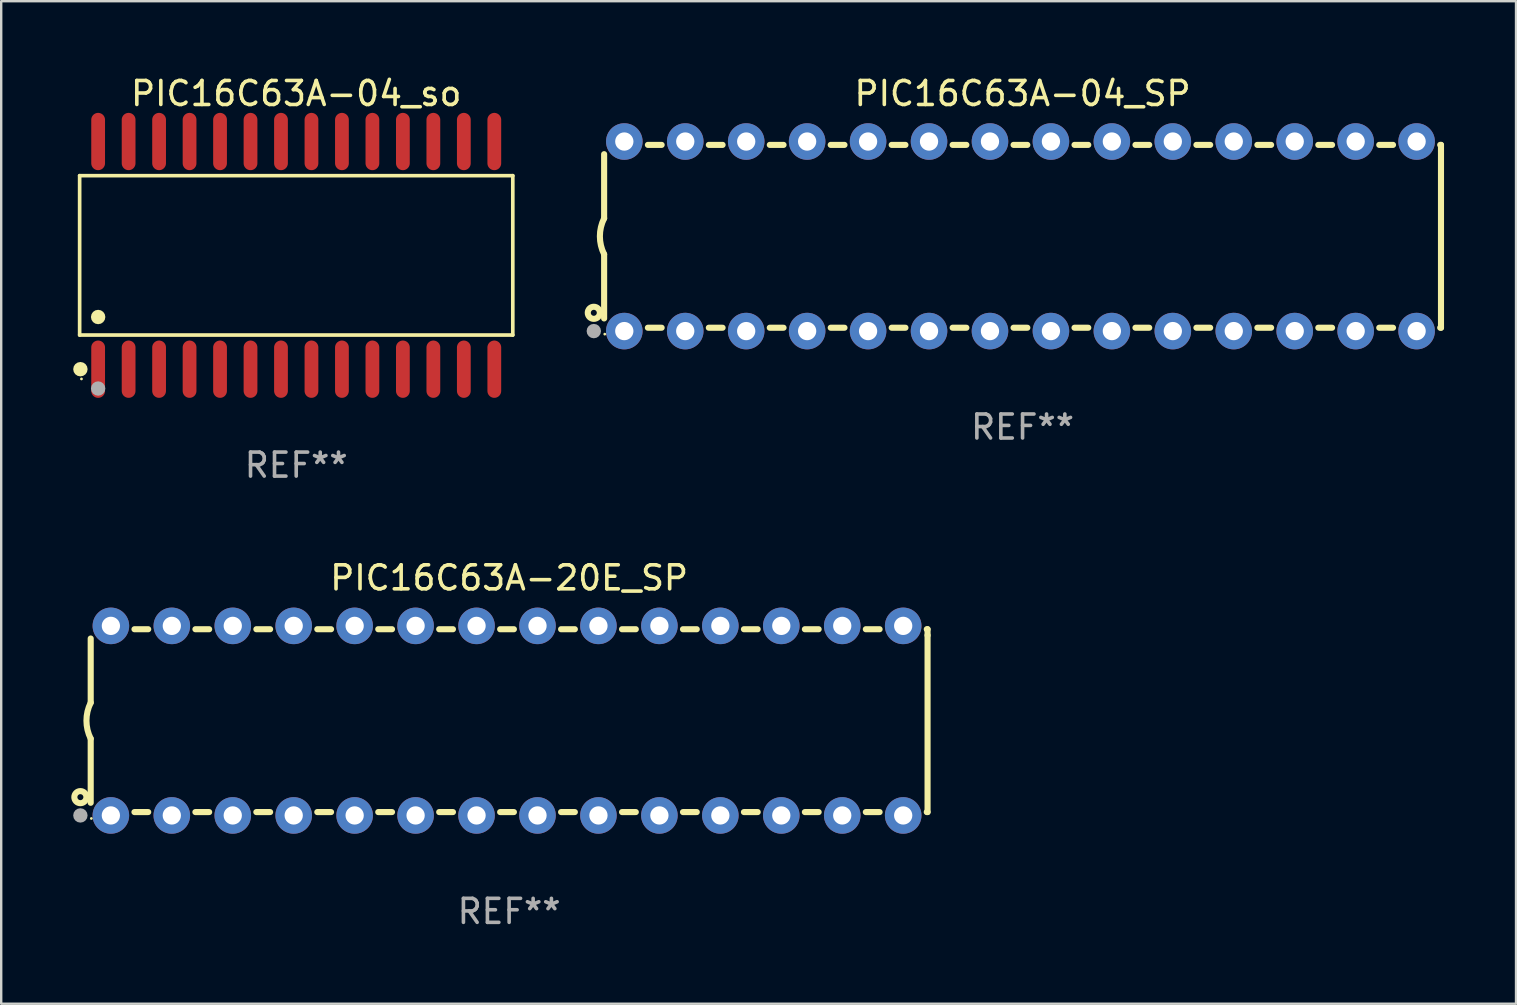
<source format=kicad_pcb>
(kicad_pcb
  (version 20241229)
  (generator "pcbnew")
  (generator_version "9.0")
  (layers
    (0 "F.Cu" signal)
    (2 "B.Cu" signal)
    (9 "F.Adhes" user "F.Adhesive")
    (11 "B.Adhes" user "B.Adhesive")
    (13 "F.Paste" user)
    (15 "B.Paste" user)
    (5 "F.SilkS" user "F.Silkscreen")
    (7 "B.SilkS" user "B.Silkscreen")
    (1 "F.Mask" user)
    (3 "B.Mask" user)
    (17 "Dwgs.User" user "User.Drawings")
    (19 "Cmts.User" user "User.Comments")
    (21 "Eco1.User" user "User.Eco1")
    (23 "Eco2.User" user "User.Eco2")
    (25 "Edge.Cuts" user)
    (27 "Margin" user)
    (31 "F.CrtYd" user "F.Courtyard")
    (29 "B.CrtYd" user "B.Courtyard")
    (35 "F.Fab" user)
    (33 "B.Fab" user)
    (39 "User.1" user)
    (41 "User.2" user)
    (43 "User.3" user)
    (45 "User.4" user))
  (footprint "PIC16C63A-04_so"
    (layer "F.Cu")
    (at 9.295 7.592)
    (property "Reference" "PIC16C63A-04_so" (at 0 -6.744 0) (layer "F.SilkS") (effects (font (size 1 1) (thickness 0.15))))
    (attr through_hole)
    (fp_line (start -9.026 -3.321) (end 9.026 -3.321) (stroke (width 0.152) (type solid)) (layer "F.SilkS"))
    (fp_line (start -9.026 3.321) (end -9.026 -3.321) (stroke (width 0.152) (type solid)) (layer "F.SilkS"))
    (fp_line (start 9.026 -3.321) (end 9.026 3.321) (stroke (width 0.152) (type solid)) (layer "F.SilkS"))
    (fp_line (start 9.026 3.321) (end -9.026 3.321) (stroke (width 0.152) (type solid)) (layer "F.SilkS"))
    (fp_circle (center -8.994 4.744) (end -8.844 4.744) (stroke (width 0.3) (type solid)) (fill no) (layer "F.SilkS"))
    (fp_circle (center -8.95 5.15) (end -8.92 5.15) (stroke (width 0.06) (type solid)) (fill no) (layer "F.SilkS"))
    (fp_circle (center -8.255 2.569) (end -8.105 2.569) (stroke (width 0.3) (type solid)) (fill no) (layer "F.SilkS"))
    (fp_circle (center -8.255 5.55) (end -8.105 5.55) (stroke (width 0.3) (type solid)) (fill no) (layer "F.Fab"))
    (fp_text user "REF**" (at 0 8.744 0) (layer "F.Fab") (effects (font (size 1 1) (thickness 0.15))))
    (pad "1" smd oval (at -8.255 4.744) (size 0.574 2.388) (layers "F.Cu" "F.Mask" "F.Paste"))
    (pad "2" smd oval (at -6.985 4.744) (size 0.574 2.388) (layers "F.Cu" "F.Mask" "F.Paste"))
    (pad "3" smd oval (at -5.715 4.744) (size 0.574 2.388) (layers "F.Cu" "F.Mask" "F.Paste"))
    (pad "4" smd oval (at -4.445 4.744) (size 0.574 2.388) (layers "F.Cu" "F.Mask" "F.Paste"))
    (pad "5" smd oval (at -3.175 4.744) (size 0.574 2.388) (layers "F.Cu" "F.Mask" "F.Paste"))
    (pad "6" smd oval (at -1.905 4.744) (size 0.574 2.388) (layers "F.Cu" "F.Mask" "F.Paste"))
    (pad "7" smd oval (at -0.635 4.744) (size 0.574 2.388) (layers "F.Cu" "F.Mask" "F.Paste"))
    (pad "8" smd oval (at 0.635 4.744) (size 0.574 2.388) (layers "F.Cu" "F.Mask" "F.Paste"))
    (pad "9" smd oval (at 1.905 4.744) (size 0.574 2.388) (layers "F.Cu" "F.Mask" "F.Paste"))
    (pad "10" smd oval (at 3.175 4.744) (size 0.574 2.388) (layers "F.Cu" "F.Mask" "F.Paste"))
    (pad "11" smd oval (at 4.445 4.744) (size 0.574 2.388) (layers "F.Cu" "F.Mask" "F.Paste"))
    (pad "12" smd oval (at 5.715 4.744) (size 0.574 2.388) (layers "F.Cu" "F.Mask" "F.Paste"))
    (pad "13" smd oval (at 6.985 4.744) (size 0.574 2.388) (layers "F.Cu" "F.Mask" "F.Paste"))
    (pad "14" smd oval (at 8.255 4.744) (size 0.574 2.388) (layers "F.Cu" "F.Mask" "F.Paste"))
    (pad "15" smd oval (at 8.255 -4.744) (size 0.574 2.388) (layers "F.Cu" "F.Mask" "F.Paste"))
    (pad "16" smd oval (at 6.985 -4.744) (size 0.574 2.388) (layers "F.Cu" "F.Mask" "F.Paste"))
    (pad "17" smd oval (at 5.715 -4.744) (size 0.574 2.388) (layers "F.Cu" "F.Mask" "F.Paste"))
    (pad "18" smd oval (at 4.445 -4.744) (size 0.574 2.388) (layers "F.Cu" "F.Mask" "F.Paste"))
    (pad "19" smd oval (at 3.175 -4.744) (size 0.574 2.388) (layers "F.Cu" "F.Mask" "F.Paste"))
    (pad "20" smd oval (at 1.905 -4.744) (size 0.574 2.388) (layers "F.Cu" "F.Mask" "F.Paste"))
    (pad "21" smd oval (at 0.635 -4.744) (size 0.574 2.388) (layers "F.Cu" "F.Mask" "F.Paste"))
    (pad "22" smd oval (at -0.635 -4.744) (size 0.574 2.388) (layers "F.Cu" "F.Mask" "F.Paste"))
    (pad "23" smd oval (at -1.905 -4.744) (size 0.574 2.388) (layers "F.Cu" "F.Mask" "F.Paste"))
    (pad "24" smd oval (at -3.175 -4.744) (size 0.574 2.388) (layers "F.Cu" "F.Mask" "F.Paste"))
    (pad "25" smd oval (at -4.445 -4.744) (size 0.574 2.388) (layers "F.Cu" "F.Mask" "F.Paste"))
    (pad "26" smd oval (at -5.715 -4.744) (size 0.574 2.388) (layers "F.Cu" "F.Mask" "F.Paste"))
    (pad "27" smd oval (at -6.985 -4.744) (size 0.574 2.388) (layers "F.Cu" "F.Mask" "F.Paste"))
    (pad "28" smd oval (at -8.255 -4.744) (size 0.574 2.388) (layers "F.Cu" "F.Mask" "F.Paste")))
  (footprint "PIC16C63A-04_SP"
    (layer "F.Cu")
    (at 39.565 6.798)
    (property "Reference" "PIC16C63A-04_SP" (at 0 -5.95 0) (layer "F.SilkS") (effects (font (size 1 1) (thickness 0.15))))
    (attr through_hole)
    (fp_line (start -17.438 0.75) (end -17.438 3.423) (stroke (width 0.254) (type solid)) (layer "F.SilkS"))
    (fp_line (start -17.438 -3.423) (end -17.438 -0.75) (stroke (width 0.254) (type solid)) (layer "F.SilkS"))
    (fp_line (start -15.615 3.81) (end -15.041 3.81) (stroke (width 0.254) (type solid)) (layer "F.SilkS"))
    (fp_line (start -15.041 -3.81) (end -15.614 -3.81) (stroke (width 0.254) (type solid)) (layer "F.SilkS"))
    (fp_line (start -13.075 3.81) (end -12.501 3.81) (stroke (width 0.254) (type solid)) (layer "F.SilkS"))
    (fp_line (start -12.501 -3.81) (end -13.074 -3.81) (stroke (width 0.254) (type solid)) (layer "F.SilkS"))
    (fp_line (start -10.535 3.81) (end -9.961 3.81) (stroke (width 0.254) (type solid)) (layer "F.SilkS"))
    (fp_line (start -9.961 -3.81) (end -10.534 -3.81) (stroke (width 0.254) (type solid)) (layer "F.SilkS"))
    (fp_line (start -7.995 3.81) (end -7.421 3.81) (stroke (width 0.254) (type solid)) (layer "F.SilkS"))
    (fp_line (start -7.421 -3.81) (end -7.995 -3.81) (stroke (width 0.254) (type solid)) (layer "F.SilkS"))
    (fp_line (start -5.455 3.81) (end -4.881 3.81) (stroke (width 0.254) (type solid)) (layer "F.SilkS"))
    (fp_line (start -4.881 -3.81) (end -5.455 -3.81) (stroke (width 0.254) (type solid)) (layer "F.SilkS"))
    (fp_line (start -2.915 3.81) (end -2.341 3.81) (stroke (width 0.254) (type solid)) (layer "F.SilkS"))
    (fp_line (start -2.341 -3.81) (end -2.915 -3.81) (stroke (width 0.254) (type solid)) (layer "F.SilkS"))
    (fp_line (start -0.375 3.81) (end 0.199 3.81) (stroke (width 0.254) (type solid)) (layer "F.SilkS"))
    (fp_line (start 0.199 -3.81) (end -0.375 -3.81) (stroke (width 0.254) (type solid)) (layer "F.SilkS"))
    (fp_line (start 2.165 3.81) (end 2.739 3.81) (stroke (width 0.254) (type solid)) (layer "F.SilkS"))
    (fp_line (start 2.739 -3.81) (end 2.165 -3.81) (stroke (width 0.254) (type solid)) (layer "F.SilkS"))
    (fp_line (start 4.705 3.81) (end 5.279 3.81) (stroke (width 0.254) (type solid)) (layer "F.SilkS"))
    (fp_line (start 5.279 -3.81) (end 4.705 -3.81) (stroke (width 0.254) (type solid)) (layer "F.SilkS"))
    (fp_line (start 7.245 3.81) (end 7.819 3.81) (stroke (width 0.254) (type solid)) (layer "F.SilkS"))
    (fp_line (start 7.819 -3.81) (end 7.245 -3.81) (stroke (width 0.254) (type solid)) (layer "F.SilkS"))
    (fp_line (start 9.785 3.81) (end 10.359 3.81) (stroke (width 0.254) (type solid)) (layer "F.SilkS"))
    (fp_line (start 10.359 -3.81) (end 9.785 -3.81) (stroke (width 0.254) (type solid)) (layer "F.SilkS"))
    (fp_line (start 12.325 3.81) (end 12.899 3.81) (stroke (width 0.254) (type solid)) (layer "F.SilkS"))
    (fp_line (start 12.899 -3.81) (end 12.325 -3.81) (stroke (width 0.254) (type solid)) (layer "F.SilkS"))
    (fp_line (start 14.865 3.81) (end 15.439 3.81) (stroke (width 0.254) (type solid)) (layer "F.SilkS"))
    (fp_line (start 15.439 -3.81) (end 14.865 -3.81) (stroke (width 0.254) (type solid)) (layer "F.SilkS"))
    (fp_line (start 17.405 3.81) (end 17.438 3.81) (stroke (width 0.254) (type solid)) (layer "F.SilkS"))
    (fp_line (start 17.438 -3.81) (end 17.405 -3.81) (stroke (width 0.254) (type solid)) (layer "F.SilkS"))
    (fp_line (start 17.438 -3.556) (end 17.438 -3.81) (stroke (width 0.254) (type solid)) (layer "F.SilkS"))
    (fp_line (start 17.438 3.81) (end 17.438 -3.556) (stroke (width 0.254) (type solid)) (layer "F.SilkS"))
    (fp_arc (start -17.437986 0.749657) (mid -17.614887 -0.000024) (end -17.437783 -0.749657) (stroke (width 0.254001) (type solid)) (layer "F.SilkS"))
    (fp_circle (center -17.868 3.188) (end -17.743 3.188) (stroke (width 0.254) (type solid)) (fill no) (layer "F.SilkS"))
    (fp_circle (center -17.411 4.077) (end -17.381 4.077) (stroke (width 0.06) (type solid)) (fill no) (layer "F.SilkS"))
    (fp_circle (center -17.868 3.95) (end -17.718 3.95) (stroke (width 0.3) (type solid)) (fill no) (layer "F.Fab"))
    (fp_text user "REF**" (at 0 7.95 0) (layer "F.Fab") (effects (font (size 1 1) (thickness 0.15))))
    (pad "1" thru_hole circle (at -16.598 3.95) (size 1.524 1.524) (drill 0.762) (layers "*.Cu" "*.Mask"))
    (pad "2" thru_hole circle (at -14.058 3.95) (size 1.524 1.524) (drill 0.762) (layers "*.Cu" "*.Mask"))
    (pad "3" thru_hole circle (at -11.518 3.95) (size 1.524 1.524) (drill 0.762) (layers "*.Cu" "*.Mask"))
    (pad "4" thru_hole circle (at -8.978 3.95) (size 1.524 1.524) (drill 0.762) (layers "*.Cu" "*.Mask"))
    (pad "5" thru_hole circle (at -6.438 3.95) (size 1.524 1.524) (drill 0.762) (layers "*.Cu" "*.Mask"))
    (pad "6" thru_hole circle (at -3.898 3.95) (size 1.524 1.524) (drill 0.762) (layers "*.Cu" "*.Mask"))
    (pad "7" thru_hole circle (at -1.358 3.95) (size 1.524 1.524) (drill 0.762) (layers "*.Cu" "*.Mask"))
    (pad "8" thru_hole circle (at 1.182 3.95) (size 1.524 1.524) (drill 0.762) (layers "*.Cu" "*.Mask"))
    (pad "9" thru_hole circle (at 3.722 3.95) (size 1.524 1.524) (drill 0.762) (layers "*.Cu" "*.Mask"))
    (pad "10" thru_hole circle (at 6.262 3.95) (size 1.524 1.524) (drill 0.762) (layers "*.Cu" "*.Mask"))
    (pad "11" thru_hole circle (at 8.802 3.95) (size 1.524 1.524) (drill 0.762) (layers "*.Cu" "*.Mask"))
    (pad "12" thru_hole circle (at 11.342 3.95) (size 1.524 1.524) (drill 0.762) (layers "*.Cu" "*.Mask"))
    (pad "13" thru_hole circle (at 13.882 3.95) (size 1.524 1.524) (drill 0.762) (layers "*.Cu" "*.Mask"))
    (pad "14" thru_hole circle (at 16.422 3.95) (size 1.524 1.524) (drill 0.762) (layers "*.Cu" "*.Mask"))
    (pad "15" thru_hole circle (at 16.422 -3.95) (size 1.524 1.524) (drill 0.762) (layers "*.Cu" "*.Mask"))
    (pad "16" thru_hole circle (at 13.882 -3.95) (size 1.524 1.524) (drill 0.762) (layers "*.Cu" "*.Mask"))
    (pad "17" thru_hole circle (at 11.342 -3.95) (size 1.524 1.524) (drill 0.762) (layers "*.Cu" "*.Mask"))
    (pad "18" thru_hole circle (at 8.802 -3.95) (size 1.524 1.524) (drill 0.762) (layers "*.Cu" "*.Mask"))
    (pad "19" thru_hole circle (at 6.262 -3.95) (size 1.524 1.524) (drill 0.762) (layers "*.Cu" "*.Mask"))
    (pad "20" thru_hole circle (at 3.722 -3.95) (size 1.524 1.524) (drill 0.762) (layers "*.Cu" "*.Mask"))
    (pad "21" thru_hole circle (at 1.182 -3.95) (size 1.524 1.524) (drill 0.762) (layers "*.Cu" "*.Mask"))
    (pad "22" thru_hole circle (at -1.358 -3.95) (size 1.524 1.524) (drill 0.762) (layers "*.Cu" "*.Mask"))
    (pad "23" thru_hole circle (at -3.898 -3.95) (size 1.524 1.524) (drill 0.762) (layers "*.Cu" "*.Mask"))
    (pad "24" thru_hole circle (at -6.438 -3.95) (size 1.524 1.524) (drill 0.762) (layers "*.Cu" "*.Mask"))
    (pad "25" thru_hole circle (at -8.978 -3.95) (size 1.524 1.524) (drill 0.762) (layers "*.Cu" "*.Mask"))
    (pad "26" thru_hole circle (at -11.517 -3.95) (size 1.524 1.524) (drill 0.762) (layers "*.Cu" "*.Mask"))
    (pad "27" thru_hole circle (at -14.057 -3.95) (size 1.524 1.524) (drill 0.762) (layers "*.Cu" "*.Mask"))
    (pad "28" thru_hole circle (at -16.597 -3.95) (size 1.524 1.524) (drill 0.762) (layers "*.Cu" "*.Mask")))
  (footprint "PIC16C63A-20E_SP"
    (layer "F.Cu")
    (at 18.168 26.983)
    (property "Reference" "PIC16C63A-20E_SP" (at 0 -5.95 0) (layer "F.SilkS") (effects (font (size 1 1) (thickness 0.15))))
    (attr through_hole)
    (fp_line (start -17.438 0.75) (end -17.438 3.423) (stroke (width 0.254) (type solid)) (layer "F.SilkS"))
    (fp_line (start -17.438 -3.423) (end -17.438 -0.75) (stroke (width 0.254) (type solid)) (layer "F.SilkS"))
    (fp_line (start -15.615 3.81) (end -15.041 3.81) (stroke (width 0.254) (type solid)) (layer "F.SilkS"))
    (fp_line (start -15.041 -3.81) (end -15.614 -3.81) (stroke (width 0.254) (type solid)) (layer "F.SilkS"))
    (fp_line (start -13.075 3.81) (end -12.501 3.81) (stroke (width 0.254) (type solid)) (layer "F.SilkS"))
    (fp_line (start -12.501 -3.81) (end -13.074 -3.81) (stroke (width 0.254) (type solid)) (layer "F.SilkS"))
    (fp_line (start -10.535 3.81) (end -9.961 3.81) (stroke (width 0.254) (type solid)) (layer "F.SilkS"))
    (fp_line (start -9.961 -3.81) (end -10.534 -3.81) (stroke (width 0.254) (type solid)) (layer "F.SilkS"))
    (fp_line (start -7.995 3.81) (end -7.421 3.81) (stroke (width 0.254) (type solid)) (layer "F.SilkS"))
    (fp_line (start -7.421 -3.81) (end -7.995 -3.81) (stroke (width 0.254) (type solid)) (layer "F.SilkS"))
    (fp_line (start -5.455 3.81) (end -4.881 3.81) (stroke (width 0.254) (type solid)) (layer "F.SilkS"))
    (fp_line (start -4.881 -3.81) (end -5.455 -3.81) (stroke (width 0.254) (type solid)) (layer "F.SilkS"))
    (fp_line (start -2.915 3.81) (end -2.341 3.81) (stroke (width 0.254) (type solid)) (layer "F.SilkS"))
    (fp_line (start -2.341 -3.81) (end -2.915 -3.81) (stroke (width 0.254) (type solid)) (layer "F.SilkS"))
    (fp_line (start -0.375 3.81) (end 0.199 3.81) (stroke (width 0.254) (type solid)) (layer "F.SilkS"))
    (fp_line (start 0.199 -3.81) (end -0.375 -3.81) (stroke (width 0.254) (type solid)) (layer "F.SilkS"))
    (fp_line (start 2.165 3.81) (end 2.739 3.81) (stroke (width 0.254) (type solid)) (layer "F.SilkS"))
    (fp_line (start 2.739 -3.81) (end 2.165 -3.81) (stroke (width 0.254) (type solid)) (layer "F.SilkS"))
    (fp_line (start 4.705 3.81) (end 5.279 3.81) (stroke (width 0.254) (type solid)) (layer "F.SilkS"))
    (fp_line (start 5.279 -3.81) (end 4.705 -3.81) (stroke (width 0.254) (type solid)) (layer "F.SilkS"))
    (fp_line (start 7.245 3.81) (end 7.819 3.81) (stroke (width 0.254) (type solid)) (layer "F.SilkS"))
    (fp_line (start 7.819 -3.81) (end 7.245 -3.81) (stroke (width 0.254) (type solid)) (layer "F.SilkS"))
    (fp_line (start 9.785 3.81) (end 10.359 3.81) (stroke (width 0.254) (type solid)) (layer "F.SilkS"))
    (fp_line (start 10.359 -3.81) (end 9.785 -3.81) (stroke (width 0.254) (type solid)) (layer "F.SilkS"))
    (fp_line (start 12.325 3.81) (end 12.899 3.81) (stroke (width 0.254) (type solid)) (layer "F.SilkS"))
    (fp_line (start 12.899 -3.81) (end 12.325 -3.81) (stroke (width 0.254) (type solid)) (layer "F.SilkS"))
    (fp_line (start 14.865 3.81) (end 15.439 3.81) (stroke (width 0.254) (type solid)) (layer "F.SilkS"))
    (fp_line (start 15.439 -3.81) (end 14.865 -3.81) (stroke (width 0.254) (type solid)) (layer "F.SilkS"))
    (fp_line (start 17.405 3.81) (end 17.438 3.81) (stroke (width 0.254) (type solid)) (layer "F.SilkS"))
    (fp_line (start 17.438 -3.81) (end 17.405 -3.81) (stroke (width 0.254) (type solid)) (layer "F.SilkS"))
    (fp_line (start 17.438 -3.556) (end 17.438 -3.81) (stroke (width 0.254) (type solid)) (layer "F.SilkS"))
    (fp_line (start 17.438 3.81) (end 17.438 -3.556) (stroke (width 0.254) (type solid)) (layer "F.SilkS"))
    (fp_arc (start -17.437986 0.749657) (mid -17.614887 -0.000024) (end -17.437783 -0.749657) (stroke (width 0.254001) (type solid)) (layer "F.SilkS"))
    (fp_circle (center -17.868 3.188) (end -17.743 3.188) (stroke (width 0.254) (type solid)) (fill no) (layer "F.SilkS"))
    (fp_circle (center -17.411 4.077) (end -17.381 4.077) (stroke (width 0.06) (type solid)) (fill no) (layer "F.SilkS"))
    (fp_circle (center -17.868 3.95) (end -17.718 3.95) (stroke (width 0.3) (type solid)) (fill no) (layer "F.Fab"))
    (fp_text user "REF**" (at 0 7.95 0) (layer "F.Fab") (effects (font (size 1 1) (thickness 0.15))))
    (pad "1" thru_hole circle (at -16.598 3.95) (size 1.524 1.524) (drill 0.762) (layers "*.Cu" "*.Mask"))
    (pad "2" thru_hole circle (at -14.058 3.95) (size 1.524 1.524) (drill 0.762) (layers "*.Cu" "*.Mask"))
    (pad "3" thru_hole circle (at -11.518 3.95) (size 1.524 1.524) (drill 0.762) (layers "*.Cu" "*.Mask"))
    (pad "4" thru_hole circle (at -8.978 3.95) (size 1.524 1.524) (drill 0.762) (layers "*.Cu" "*.Mask"))
    (pad "5" thru_hole circle (at -6.438 3.95) (size 1.524 1.524) (drill 0.762) (layers "*.Cu" "*.Mask"))
    (pad "6" thru_hole circle (at -3.898 3.95) (size 1.524 1.524) (drill 0.762) (layers "*.Cu" "*.Mask"))
    (pad "7" thru_hole circle (at -1.358 3.95) (size 1.524 1.524) (drill 0.762) (layers "*.Cu" "*.Mask"))
    (pad "8" thru_hole circle (at 1.182 3.95) (size 1.524 1.524) (drill 0.762) (layers "*.Cu" "*.Mask"))
    (pad "9" thru_hole circle (at 3.722 3.95) (size 1.524 1.524) (drill 0.762) (layers "*.Cu" "*.Mask"))
    (pad "10" thru_hole circle (at 6.262 3.95) (size 1.524 1.524) (drill 0.762) (layers "*.Cu" "*.Mask"))
    (pad "11" thru_hole circle (at 8.802 3.95) (size 1.524 1.524) (drill 0.762) (layers "*.Cu" "*.Mask"))
    (pad "12" thru_hole circle (at 11.342 3.95) (size 1.524 1.524) (drill 0.762) (layers "*.Cu" "*.Mask"))
    (pad "13" thru_hole circle (at 13.882 3.95) (size 1.524 1.524) (drill 0.762) (layers "*.Cu" "*.Mask"))
    (pad "14" thru_hole circle (at 16.422 3.95) (size 1.524 1.524) (drill 0.762) (layers "*.Cu" "*.Mask"))
    (pad "15" thru_hole circle (at 16.422 -3.95) (size 1.524 1.524) (drill 0.762) (layers "*.Cu" "*.Mask"))
    (pad "16" thru_hole circle (at 13.882 -3.95) (size 1.524 1.524) (drill 0.762) (layers "*.Cu" "*.Mask"))
    (pad "17" thru_hole circle (at 11.342 -3.95) (size 1.524 1.524) (drill 0.762) (layers "*.Cu" "*.Mask"))
    (pad "18" thru_hole circle (at 8.802 -3.95) (size 1.524 1.524) (drill 0.762) (layers "*.Cu" "*.Mask"))
    (pad "19" thru_hole circle (at 6.262 -3.95) (size 1.524 1.524) (drill 0.762) (layers "*.Cu" "*.Mask"))
    (pad "20" thru_hole circle (at 3.722 -3.95) (size 1.524 1.524) (drill 0.762) (layers "*.Cu" "*.Mask"))
    (pad "21" thru_hole circle (at 1.182 -3.95) (size 1.524 1.524) (drill 0.762) (layers "*.Cu" "*.Mask"))
    (pad "22" thru_hole circle (at -1.358 -3.95) (size 1.524 1.524) (drill 0.762) (layers "*.Cu" "*.Mask"))
    (pad "23" thru_hole circle (at -3.898 -3.95) (size 1.524 1.524) (drill 0.762) (layers "*.Cu" "*.Mask"))
    (pad "24" thru_hole circle (at -6.438 -3.95) (size 1.524 1.524) (drill 0.762) (layers "*.Cu" "*.Mask"))
    (pad "25" thru_hole circle (at -8.978 -3.95) (size 1.524 1.524) (drill 0.762) (layers "*.Cu" "*.Mask"))
    (pad "26" thru_hole circle (at -11.517 -3.95) (size 1.524 1.524) (drill 0.762) (layers "*.Cu" "*.Mask"))
    (pad "27" thru_hole circle (at -14.057 -3.95) (size 1.524 1.524) (drill 0.762) (layers "*.Cu" "*.Mask"))
    (pad "28" thru_hole circle (at -16.597 -3.95) (size 1.524 1.524) (drill 0.762) (layers "*.Cu" "*.Mask")))
  (gr_rect
    (start -3 -3)
    (end 60.13 38.781)
    (stroke (width 0.1) (type default))
    (fill no)
    (layer "Edge.Cuts")))
</source>
